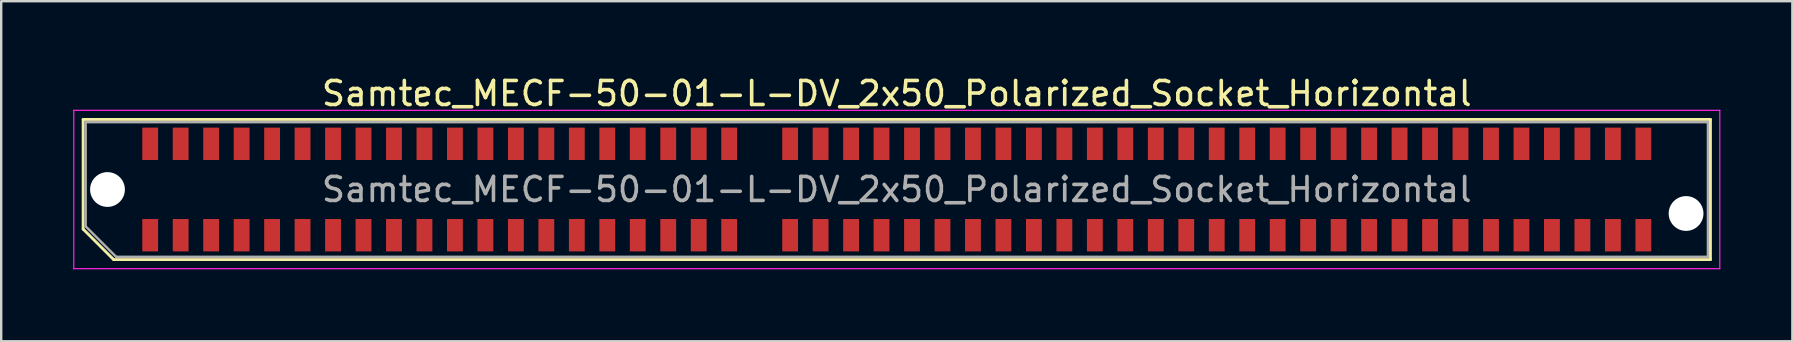
<source format=kicad_pcb>
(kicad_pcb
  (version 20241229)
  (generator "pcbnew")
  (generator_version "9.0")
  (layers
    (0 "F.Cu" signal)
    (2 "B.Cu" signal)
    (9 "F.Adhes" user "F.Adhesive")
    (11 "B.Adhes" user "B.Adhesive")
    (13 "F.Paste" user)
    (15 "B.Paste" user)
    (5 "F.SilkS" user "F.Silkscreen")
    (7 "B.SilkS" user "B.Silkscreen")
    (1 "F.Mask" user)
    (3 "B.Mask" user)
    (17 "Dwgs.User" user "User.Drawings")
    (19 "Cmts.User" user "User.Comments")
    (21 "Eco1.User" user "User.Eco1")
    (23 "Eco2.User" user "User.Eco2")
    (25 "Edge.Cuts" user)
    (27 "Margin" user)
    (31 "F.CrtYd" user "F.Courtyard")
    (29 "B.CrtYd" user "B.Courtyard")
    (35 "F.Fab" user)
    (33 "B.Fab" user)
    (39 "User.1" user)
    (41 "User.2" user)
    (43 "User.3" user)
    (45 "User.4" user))
  (footprint "Samtec_MECF-50-01-L-DV_2x50_Polarized_Socket_Horizontal"
    (layer "F.Cu")
    (at 34.325 4.848)
    (property "Reference" "Samtec_MECF-50-01-L-DV_2x50_Polarized_Socket_Horizontal" (at 0 -4 0) (layer "F.SilkS") (effects (font (size 1 1) (thickness 0.15))))
    (attr smd)
    (fp_line (start -33.91 -2.92) (end 33.91 -2.92) (stroke (width 0.12) (type solid)) (layer "F.SilkS"))
    (fp_line (start -33.91 1.65) (end -33.91 -2.92) (stroke (width 0.12) (type solid)) (layer "F.SilkS"))
    (fp_line (start -32.64 2.92) (end -33.91 1.65) (stroke (width 0.12) (type solid)) (layer "F.SilkS"))
    (fp_line (start -32.64 2.92) (end 33.91 2.92) (stroke (width 0.12) (type solid)) (layer "F.SilkS"))
    (fp_line (start 33.91 2.92) (end 33.91 -2.92) (stroke (width 0.12) (type solid)) (layer "F.SilkS"))
    (fp_line (start -34.3 -3.3) (end -34.3 3.3) (stroke (width 0.05) (type solid)) (layer "F.CrtYd"))
    (fp_line (start -34.3 3.3) (end 34.3 3.3) (stroke (width 0.05) (type solid)) (layer "F.CrtYd"))
    (fp_line (start 34.3 -3.3) (end -34.3 -3.3) (stroke (width 0.05) (type solid)) (layer "F.CrtYd"))
    (fp_line (start 34.3 3.3) (end 34.3 -3.3) (stroke (width 0.05) (type solid)) (layer "F.CrtYd"))
    (fp_line (start -33.805 -2.805) (end 33.805 -2.805) (stroke (width 0.1) (type solid)) (layer "F.Fab"))
    (fp_line (start -33.805 1.535) (end -33.805 -2.805) (stroke (width 0.1) (type solid)) (layer "F.Fab"))
    (fp_line (start -33.805 1.535) (end -32.535 2.805) (stroke (width 0.1) (type solid)) (layer "F.Fab"))
    (fp_line (start -32.535 2.805) (end 33.805 2.805) (stroke (width 0.1) (type solid)) (layer "F.Fab"))
    (fp_line (start 33.805 2.805) (end 33.805 -2.805) (stroke (width 0.1) (type solid)) (layer "F.Fab"))
    (fp_text user "${REFERENCE}" (at 0 0 0) (layer "F.Fab") (effects (font (size 1 1) (thickness 0.15))))
    (pad "" np_thru_hole circle (at -32.895 0) (size 1.45 1.45) (drill 1.45) (layers "*.Cu" "*.Mask"))
    (pad "" np_thru_hole circle (at 32.895 1) (size 1.45 1.45) (drill 1.45) (layers "*.Cu" "*.Mask"))
    (pad "1" smd rect (at -31.115 1.905) (size 0.66 1.35) (layers "F.Cu" "F.Mask" "F.Paste"))
    (pad "2" smd rect (at -31.115 -1.905) (size 0.66 1.35) (layers "F.Cu" "F.Mask" "F.Paste"))
    (pad "3" smd rect (at -29.845 1.905) (size 0.66 1.35) (layers "F.Cu" "F.Mask" "F.Paste"))
    (pad "4" smd rect (at -29.845 -1.905) (size 0.66 1.35) (layers "F.Cu" "F.Mask" "F.Paste"))
    (pad "5" smd rect (at -28.575 1.905) (size 0.66 1.35) (layers "F.Cu" "F.Mask" "F.Paste"))
    (pad "6" smd rect (at -28.575 -1.905) (size 0.66 1.35) (layers "F.Cu" "F.Mask" "F.Paste"))
    (pad "7" smd rect (at -27.305 1.905) (size 0.66 1.35) (layers "F.Cu" "F.Mask" "F.Paste"))
    (pad "8" smd rect (at -27.305 -1.905) (size 0.66 1.35) (layers "F.Cu" "F.Mask" "F.Paste"))
    (pad "9" smd rect (at -26.035 1.905) (size 0.66 1.35) (layers "F.Cu" "F.Mask" "F.Paste"))
    (pad "10" smd rect (at -26.035 -1.905) (size 0.66 1.35) (layers "F.Cu" "F.Mask" "F.Paste"))
    (pad "11" smd rect (at -24.765 1.905) (size 0.66 1.35) (layers "F.Cu" "F.Mask" "F.Paste"))
    (pad "12" smd rect (at -24.765 -1.905) (size 0.66 1.35) (layers "F.Cu" "F.Mask" "F.Paste"))
    (pad "13" smd rect (at -23.495 1.905) (size 0.66 1.35) (layers "F.Cu" "F.Mask" "F.Paste"))
    (pad "14" smd rect (at -23.495 -1.905) (size 0.66 1.35) (layers "F.Cu" "F.Mask" "F.Paste"))
    (pad "15" smd rect (at -22.225 1.905) (size 0.66 1.35) (layers "F.Cu" "F.Mask" "F.Paste"))
    (pad "16" smd rect (at -22.225 -1.905) (size 0.66 1.35) (layers "F.Cu" "F.Mask" "F.Paste"))
    (pad "17" smd rect (at -20.955 1.905) (size 0.66 1.35) (layers "F.Cu" "F.Mask" "F.Paste"))
    (pad "18" smd rect (at -20.955 -1.905) (size 0.66 1.35) (layers "F.Cu" "F.Mask" "F.Paste"))
    (pad "19" smd rect (at -19.685 1.905) (size 0.66 1.35) (layers "F.Cu" "F.Mask" "F.Paste"))
    (pad "20" smd rect (at -19.685 -1.905) (size 0.66 1.35) (layers "F.Cu" "F.Mask" "F.Paste"))
    (pad "21" smd rect (at -18.415 1.905) (size 0.66 1.35) (layers "F.Cu" "F.Mask" "F.Paste"))
    (pad "22" smd rect (at -18.415 -1.905) (size 0.66 1.35) (layers "F.Cu" "F.Mask" "F.Paste"))
    (pad "23" smd rect (at -17.145 1.905) (size 0.66 1.35) (layers "F.Cu" "F.Mask" "F.Paste"))
    (pad "24" smd rect (at -17.145 -1.905) (size 0.66 1.35) (layers "F.Cu" "F.Mask" "F.Paste"))
    (pad "25" smd rect (at -15.875 1.905) (size 0.66 1.35) (layers "F.Cu" "F.Mask" "F.Paste"))
    (pad "26" smd rect (at -15.875 -1.905) (size 0.66 1.35) (layers "F.Cu" "F.Mask" "F.Paste"))
    (pad "27" smd rect (at -14.605 1.905) (size 0.66 1.35) (layers "F.Cu" "F.Mask" "F.Paste"))
    (pad "28" smd rect (at -14.605 -1.905) (size 0.66 1.35) (layers "F.Cu" "F.Mask" "F.Paste"))
    (pad "29" smd rect (at -13.335 1.905) (size 0.66 1.35) (layers "F.Cu" "F.Mask" "F.Paste"))
    (pad "30" smd rect (at -13.335 -1.905) (size 0.66 1.35) (layers "F.Cu" "F.Mask" "F.Paste"))
    (pad "31" smd rect (at -12.065 1.905) (size 0.66 1.35) (layers "F.Cu" "F.Mask" "F.Paste"))
    (pad "32" smd rect (at -12.065 -1.905) (size 0.66 1.35) (layers "F.Cu" "F.Mask" "F.Paste"))
    (pad "33" smd rect (at -10.795 1.905) (size 0.66 1.35) (layers "F.Cu" "F.Mask" "F.Paste"))
    (pad "34" smd rect (at -10.795 -1.905) (size 0.66 1.35) (layers "F.Cu" "F.Mask" "F.Paste"))
    (pad "35" smd rect (at -9.525 1.905) (size 0.66 1.35) (layers "F.Cu" "F.Mask" "F.Paste"))
    (pad "36" smd rect (at -9.525 -1.905) (size 0.66 1.35) (layers "F.Cu" "F.Mask" "F.Paste"))
    (pad "37" smd rect (at -8.255 1.905) (size 0.66 1.35) (layers "F.Cu" "F.Mask" "F.Paste"))
    (pad "38" smd rect (at -8.255 -1.905) (size 0.66 1.35) (layers "F.Cu" "F.Mask" "F.Paste"))
    (pad "39" smd rect (at -6.985 1.905) (size 0.66 1.35) (layers "F.Cu" "F.Mask" "F.Paste"))
    (pad "40" smd rect (at -6.985 -1.905) (size 0.66 1.35) (layers "F.Cu" "F.Mask" "F.Paste"))
    (pad "43" smd rect (at -4.445 1.905) (size 0.66 1.35) (layers "F.Cu" "F.Mask" "F.Paste"))
    (pad "44" smd rect (at -4.445 -1.905) (size 0.66 1.35) (layers "F.Cu" "F.Mask" "F.Paste"))
    (pad "45" smd rect (at -3.175 1.905) (size 0.66 1.35) (layers "F.Cu" "F.Mask" "F.Paste"))
    (pad "46" smd rect (at -3.175 -1.905) (size 0.66 1.35) (layers "F.Cu" "F.Mask" "F.Paste"))
    (pad "47" smd rect (at -1.905 1.905) (size 0.66 1.35) (layers "F.Cu" "F.Mask" "F.Paste"))
    (pad "48" smd rect (at -1.905 -1.905) (size 0.66 1.35) (layers "F.Cu" "F.Mask" "F.Paste"))
    (pad "49" smd rect (at -0.635 1.905) (size 0.66 1.35) (layers "F.Cu" "F.Mask" "F.Paste"))
    (pad "50" smd rect (at -0.635 -1.905) (size 0.66 1.35) (layers "F.Cu" "F.Mask" "F.Paste"))
    (pad "51" smd rect (at 0.635 1.905) (size 0.66 1.35) (layers "F.Cu" "F.Mask" "F.Paste"))
    (pad "52" smd rect (at 0.635 -1.905) (size 0.66 1.35) (layers "F.Cu" "F.Mask" "F.Paste"))
    (pad "53" smd rect (at 1.905 1.905) (size 0.66 1.35) (layers "F.Cu" "F.Mask" "F.Paste"))
    (pad "54" smd rect (at 1.905 -1.905) (size 0.66 1.35) (layers "F.Cu" "F.Mask" "F.Paste"))
    (pad "55" smd rect (at 3.175 1.905) (size 0.66 1.35) (layers "F.Cu" "F.Mask" "F.Paste"))
    (pad "56" smd rect (at 3.175 -1.905) (size 0.66 1.35) (layers "F.Cu" "F.Mask" "F.Paste"))
    (pad "57" smd rect (at 4.445 1.905) (size 0.66 1.35) (layers "F.Cu" "F.Mask" "F.Paste"))
    (pad "58" smd rect (at 4.445 -1.905) (size 0.66 1.35) (layers "F.Cu" "F.Mask" "F.Paste"))
    (pad "59" smd rect (at 5.715 1.905) (size 0.66 1.35) (layers "F.Cu" "F.Mask" "F.Paste"))
    (pad "60" smd rect (at 5.715 -1.905) (size 0.66 1.35) (layers "F.Cu" "F.Mask" "F.Paste"))
    (pad "61" smd rect (at 6.985 1.905) (size 0.66 1.35) (layers "F.Cu" "F.Mask" "F.Paste"))
    (pad "62" smd rect (at 6.985 -1.905) (size 0.66 1.35) (layers "F.Cu" "F.Mask" "F.Paste"))
    (pad "63" smd rect (at 8.255 1.905) (size 0.66 1.35) (layers "F.Cu" "F.Mask" "F.Paste"))
    (pad "64" smd rect (at 8.255 -1.905) (size 0.66 1.35) (layers "F.Cu" "F.Mask" "F.Paste"))
    (pad "65" smd rect (at 9.525 1.905) (size 0.66 1.35) (layers "F.Cu" "F.Mask" "F.Paste"))
    (pad "66" smd rect (at 9.525 -1.905) (size 0.66 1.35) (layers "F.Cu" "F.Mask" "F.Paste"))
    (pad "67" smd rect (at 10.795 1.905) (size 0.66 1.35) (layers "F.Cu" "F.Mask" "F.Paste"))
    (pad "68" smd rect (at 10.795 -1.905) (size 0.66 1.35) (layers "F.Cu" "F.Mask" "F.Paste"))
    (pad "69" smd rect (at 12.065 1.905) (size 0.66 1.35) (layers "F.Cu" "F.Mask" "F.Paste"))
    (pad "70" smd rect (at 12.065 -1.905) (size 0.66 1.35) (layers "F.Cu" "F.Mask" "F.Paste"))
    (pad "71" smd rect (at 13.335 1.905) (size 0.66 1.35) (layers "F.Cu" "F.Mask" "F.Paste"))
    (pad "72" smd rect (at 13.335 -1.905) (size 0.66 1.35) (layers "F.Cu" "F.Mask" "F.Paste"))
    (pad "73" smd rect (at 14.605 1.905) (size 0.66 1.35) (layers "F.Cu" "F.Mask" "F.Paste"))
    (pad "74" smd rect (at 14.605 -1.905) (size 0.66 1.35) (layers "F.Cu" "F.Mask" "F.Paste"))
    (pad "75" smd rect (at 15.875 1.905) (size 0.66 1.35) (layers "F.Cu" "F.Mask" "F.Paste"))
    (pad "76" smd rect (at 15.875 -1.905) (size 0.66 1.35) (layers "F.Cu" "F.Mask" "F.Paste"))
    (pad "77" smd rect (at 17.145 1.905) (size 0.66 1.35) (layers "F.Cu" "F.Mask" "F.Paste"))
    (pad "78" smd rect (at 17.145 -1.905) (size 0.66 1.35) (layers "F.Cu" "F.Mask" "F.Paste"))
    (pad "79" smd rect (at 18.415 1.905) (size 0.66 1.35) (layers "F.Cu" "F.Mask" "F.Paste"))
    (pad "80" smd rect (at 18.415 -1.905) (size 0.66 1.35) (layers "F.Cu" "F.Mask" "F.Paste"))
    (pad "81" smd rect (at 19.685 1.905) (size 0.66 1.35) (layers "F.Cu" "F.Mask" "F.Paste"))
    (pad "82" smd rect (at 19.685 -1.905) (size 0.66 1.35) (layers "F.Cu" "F.Mask" "F.Paste"))
    (pad "83" smd rect (at 20.955 1.905) (size 0.66 1.35) (layers "F.Cu" "F.Mask" "F.Paste"))
    (pad "84" smd rect (at 20.955 -1.905) (size 0.66 1.35) (layers "F.Cu" "F.Mask" "F.Paste"))
    (pad "85" smd rect (at 22.225 1.905) (size 0.66 1.35) (layers "F.Cu" "F.Mask" "F.Paste"))
    (pad "86" smd rect (at 22.225 -1.905) (size 0.66 1.35) (layers "F.Cu" "F.Mask" "F.Paste"))
    (pad "87" smd rect (at 23.495 1.905) (size 0.66 1.35) (layers "F.Cu" "F.Mask" "F.Paste"))
    (pad "88" smd rect (at 23.495 -1.905) (size 0.66 1.35) (layers "F.Cu" "F.Mask" "F.Paste"))
    (pad "89" smd rect (at 24.765 1.905) (size 0.66 1.35) (layers "F.Cu" "F.Mask" "F.Paste"))
    (pad "90" smd rect (at 24.765 -1.905) (size 0.66 1.35) (layers "F.Cu" "F.Mask" "F.Paste"))
    (pad "91" smd rect (at 26.035 1.905) (size 0.66 1.35) (layers "F.Cu" "F.Mask" "F.Paste"))
    (pad "92" smd rect (at 26.035 -1.905) (size 0.66 1.35) (layers "F.Cu" "F.Mask" "F.Paste"))
    (pad "93" smd rect (at 27.305 1.905) (size 0.66 1.35) (layers "F.Cu" "F.Mask" "F.Paste"))
    (pad "94" smd rect (at 27.305 -1.905) (size 0.66 1.35) (layers "F.Cu" "F.Mask" "F.Paste"))
    (pad "95" smd rect (at 28.575 1.905) (size 0.66 1.35) (layers "F.Cu" "F.Mask" "F.Paste"))
    (pad "96" smd rect (at 28.575 -1.905) (size 0.66 1.35) (layers "F.Cu" "F.Mask" "F.Paste"))
    (pad "97" smd rect (at 29.845 1.905) (size 0.66 1.35) (layers "F.Cu" "F.Mask" "F.Paste"))
    (pad "98" smd rect (at 29.845 -1.905) (size 0.66 1.35) (layers "F.Cu" "F.Mask" "F.Paste"))
    (pad "99" smd rect (at 31.115 1.905) (size 0.66 1.35) (layers "F.Cu" "F.Mask" "F.Paste"))
    (pad "100" smd rect (at 31.115 -1.905) (size 0.66 1.35) (layers "F.Cu" "F.Mask" "F.Paste")))
  (gr_rect
    (start -3 -3)
    (end 71.65 11.173)
    (stroke (width 0.1) (type default))
    (fill no)
    (layer "Edge.Cuts")))
</source>
